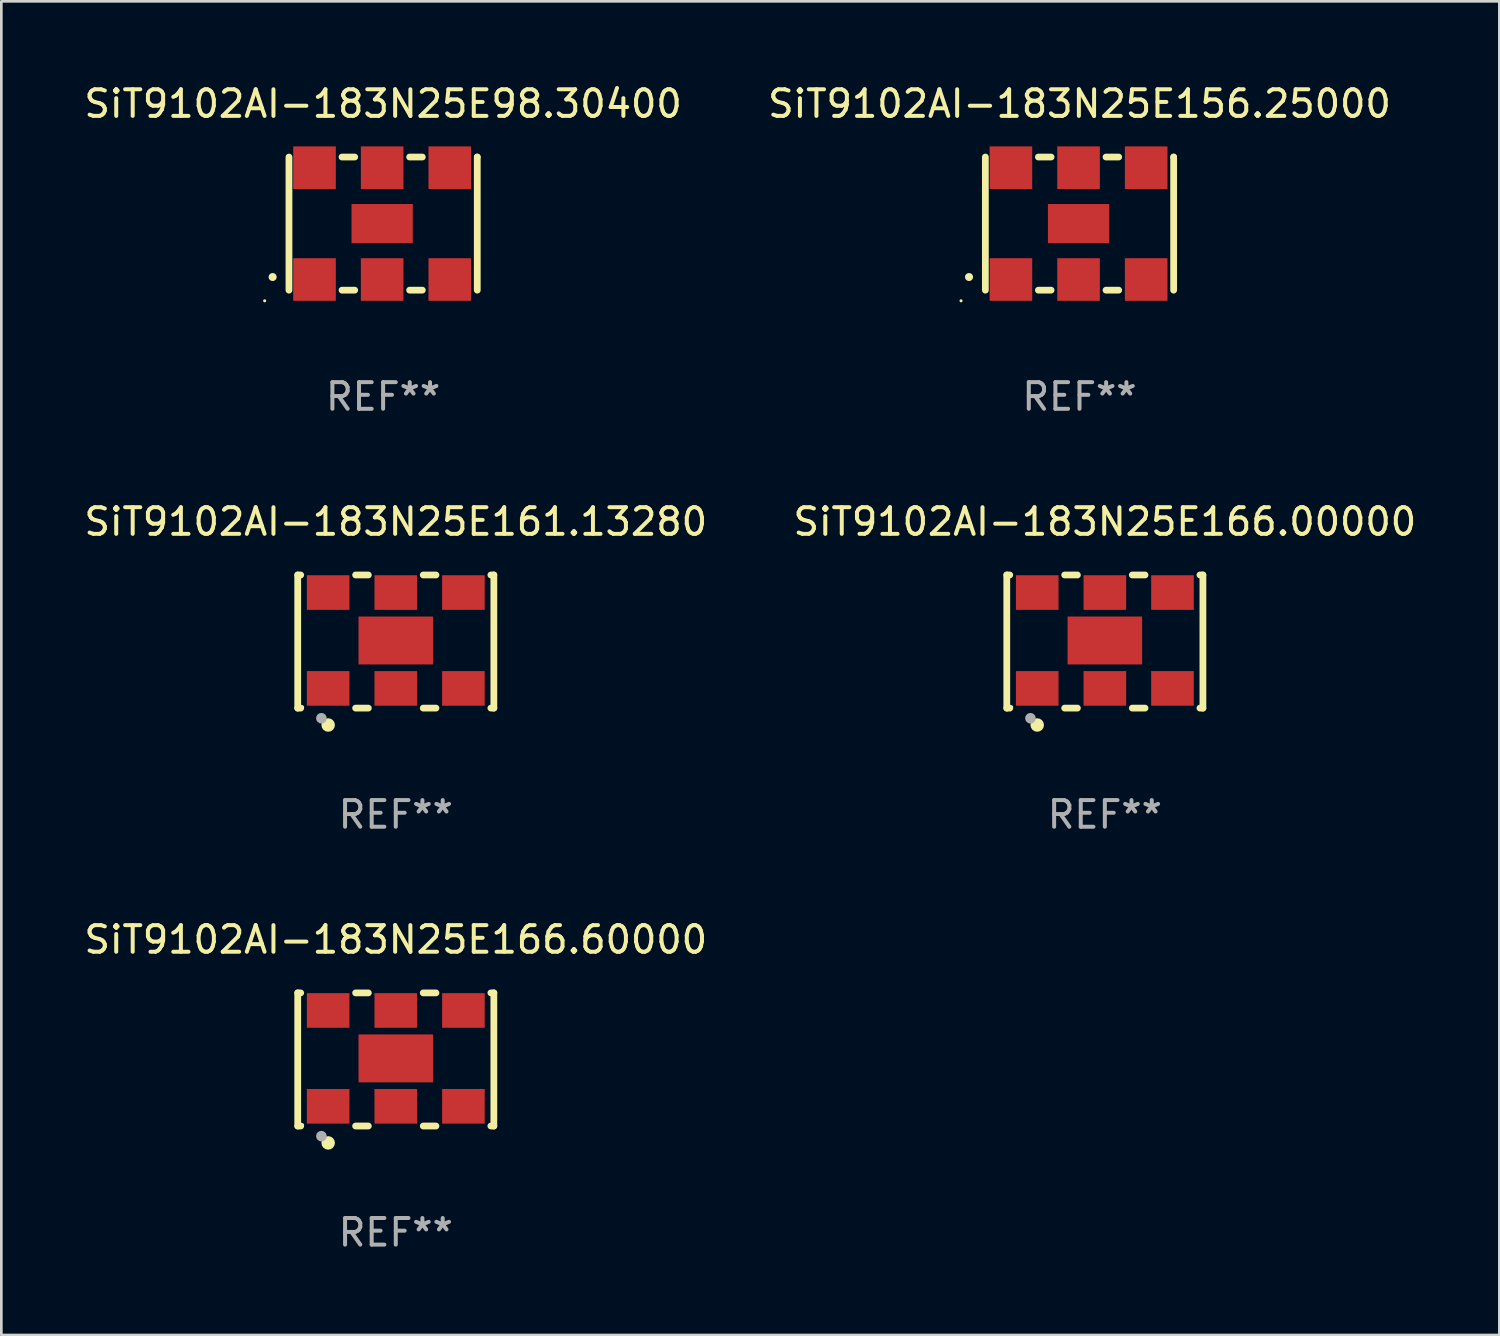
<source format=kicad_pcb>
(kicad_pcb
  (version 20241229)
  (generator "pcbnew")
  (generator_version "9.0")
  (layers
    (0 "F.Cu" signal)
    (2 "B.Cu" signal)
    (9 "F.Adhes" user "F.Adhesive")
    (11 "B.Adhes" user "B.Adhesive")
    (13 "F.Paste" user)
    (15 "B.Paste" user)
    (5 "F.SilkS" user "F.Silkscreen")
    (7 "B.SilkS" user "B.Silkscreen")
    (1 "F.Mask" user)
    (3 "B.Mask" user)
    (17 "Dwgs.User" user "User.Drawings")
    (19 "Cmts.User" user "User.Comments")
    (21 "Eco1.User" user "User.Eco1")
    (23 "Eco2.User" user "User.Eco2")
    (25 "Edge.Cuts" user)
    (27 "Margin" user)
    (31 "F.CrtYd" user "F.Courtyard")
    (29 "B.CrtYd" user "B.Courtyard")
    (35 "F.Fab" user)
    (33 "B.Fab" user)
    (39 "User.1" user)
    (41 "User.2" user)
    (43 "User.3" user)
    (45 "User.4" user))
  (footprint "SiT9102AI-183N25E156.25000"
    (layer "F.Cu")
    (at 37.494 5.348)
    (property "Reference" "SiT9102AI-183N25E156.25000" (at 0 -4.5 0) (layer "F.SilkS") (effects (font (size 1 1) (thickness 0.15))))
    (attr through_hole)
    (fp_line (start -3.536 -2.5) (end -3.536 2.5) (stroke (width 0.254) (type solid)) (layer "F.SilkS"))
    (fp_line (start -1.544 2.5) (end -1.067 2.5) (stroke (width 0.254) (type solid)) (layer "F.SilkS"))
    (fp_line (start -1.067 -2.5) (end -1.544 -2.5) (stroke (width 0.254) (type solid)) (layer "F.SilkS"))
    (fp_line (start 0.996 2.5) (end 1.473 2.5) (stroke (width 0.254) (type solid)) (layer "F.SilkS"))
    (fp_line (start 1.473 -2.5) (end 0.996 -2.5) (stroke (width 0.254) (type solid)) (layer "F.SilkS"))
    (fp_line (start 3.536 -2.5) (end 3.536 -2.5) (stroke (width 0.254) (type solid)) (layer "F.SilkS"))
    (fp_line (start 3.536 2.5) (end 3.536 -2.5) (stroke (width 0.254) (type solid)) (layer "F.SilkS"))
    (fp_arc (start -4.150432 2.006604) (mid -4.149162 2.006599) (end -4.147892 2.006604) (stroke (width 0.3) (type solid)) (layer "F.SilkS"))
    (fp_circle (center -4.449 2.9) (end -4.419 2.9) (stroke (width 0.06) (type solid)) (fill no) (layer "F.SilkS"))
    (fp_text user "REF**" (at 0 6.5 0) (layer "F.Fab") (effects (font (size 1 1) (thickness 0.15))))
    (pad "1" smd rect (at -2.576 2.1) (size 1.6 1.6) (layers "F.Cu" "F.Mask" "F.Paste"))
    (pad "2" smd rect (at -0.036 2.1) (size 1.6 1.6) (layers "F.Cu" "F.Mask" "F.Paste"))
    (pad "3" smd rect (at 2.504 2.1) (size 1.6 1.6) (layers "F.Cu" "F.Mask" "F.Paste"))
    (pad "4" smd rect (at 2.504 -2.1) (size 1.6 1.6) (layers "F.Cu" "F.Mask" "F.Paste"))
    (pad "5" smd rect (at -0.036 -2.1) (size 1.6 1.6) (layers "F.Cu" "F.Mask" "F.Paste"))
    (pad "6" smd rect (at -2.576 -2.1) (size 1.6 1.6) (layers "F.Cu" "F.Mask" "F.Paste"))
    (pad "7" smd rect (at -0.036 0) (size 2.3 1.47) (layers "F.Cu" "F.Mask" "F.Paste")))
  (footprint "SiT9102AI-183N25E166.00000"
    (layer "F.Cu")
    (at 38.446 21.045)
    (property "Reference" "SiT9102AI-183N25E166.00000" (at 0 -4.5 0) (layer "F.SilkS") (effects (font (size 1 1) (thickness 0.15))))
    (attr through_hole)
    (fp_line (start -3.683 -2.5) (end -3.571 -2.5) (stroke (width 0.254) (type solid)) (layer "F.SilkS"))
    (fp_line (start -3.683 2.5) (end -3.683 -2.5) (stroke (width 0.254) (type solid)) (layer "F.SilkS"))
    (fp_line (start -3.683 2.5) (end -3.571 2.5) (stroke (width 0.254) (type solid)) (layer "F.SilkS"))
    (fp_line (start -1.509 -2.5) (end -1.031 -2.5) (stroke (width 0.254) (type solid)) (layer "F.SilkS"))
    (fp_line (start -1.509 2.5) (end -1.031 2.5) (stroke (width 0.254) (type solid)) (layer "F.SilkS"))
    (fp_line (start 1.031 -2.5) (end 1.509 -2.5) (stroke (width 0.254) (type solid)) (layer "F.SilkS"))
    (fp_line (start 1.031 2.5) (end 1.509 2.5) (stroke (width 0.254) (type solid)) (layer "F.SilkS"))
    (fp_line (start 3.571 -2.5) (end 3.683 -2.5) (stroke (width 0.254) (type solid)) (layer "F.SilkS"))
    (fp_line (start 3.571 2.5) (end 3.683 2.5) (stroke (width 0.254) (type solid)) (layer "F.SilkS"))
    (fp_line (start 3.683 2.5) (end 3.683 -2.5) (stroke (width 0.254) (type solid)) (layer "F.SilkS"))
    (fp_circle (center -3.5 2.46) (end -3.47 2.46) (stroke (width 0.06) (type solid)) (fill no) (layer "F.SilkS"))
    (fp_circle (center -2.54 3.135) (end -2.413 3.135) (stroke (width 0.254) (type solid)) (fill no) (layer "F.SilkS"))
    (fp_circle (center -2.794 2.881) (end -2.694 2.881) (stroke (width 0.2) (type solid)) (fill no) (layer "F.Fab"))
    (fp_text user "REF**" (at 0 6.5 0) (layer "F.Fab") (effects (font (size 1 1) (thickness 0.15))))
    (pad "1" smd rect (at -2.54 1.76) (size 1.6 1.3) (layers "F.Cu" "F.Mask" "F.Paste"))
    (pad "2" smd rect (at 0 1.76) (size 1.6 1.3) (layers "F.Cu" "F.Mask" "F.Paste"))
    (pad "3" smd rect (at 2.54 1.76) (size 1.6 1.3) (layers "F.Cu" "F.Mask" "F.Paste"))
    (pad "4" smd rect (at 2.54 -1.84) (size 1.6 1.3) (layers "F.Cu" "F.Mask" "F.Paste"))
    (pad "5" smd rect (at 0 -1.84) (size 1.6 1.3) (layers "F.Cu" "F.Mask" "F.Paste"))
    (pad "6" smd rect (at -2.54 -1.84) (size 1.6 1.3) (layers "F.Cu" "F.Mask" "F.Paste"))
    (pad "7" smd rect (at 0 -0.04) (size 2.8 1.8) (layers "F.Cu" "F.Mask" "F.Paste")))
  (footprint "SiT9102AI-183N25E166.60000"
    (layer "F.Cu")
    (at 11.815 36.741)
    (property "Reference" "SiT9102AI-183N25E166.60000" (at 0 -4.5 0) (layer "F.SilkS") (effects (font (size 1 1) (thickness 0.15))))
    (attr through_hole)
    (fp_line (start -3.683 -2.5) (end -3.571 -2.5) (stroke (width 0.254) (type solid)) (layer "F.SilkS"))
    (fp_line (start -3.683 2.5) (end -3.683 -2.5) (stroke (width 0.254) (type solid)) (layer "F.SilkS"))
    (fp_line (start -3.683 2.5) (end -3.571 2.5) (stroke (width 0.254) (type solid)) (layer "F.SilkS"))
    (fp_line (start -1.509 -2.5) (end -1.031 -2.5) (stroke (width 0.254) (type solid)) (layer "F.SilkS"))
    (fp_line (start -1.509 2.5) (end -1.031 2.5) (stroke (width 0.254) (type solid)) (layer "F.SilkS"))
    (fp_line (start 1.031 -2.5) (end 1.509 -2.5) (stroke (width 0.254) (type solid)) (layer "F.SilkS"))
    (fp_line (start 1.031 2.5) (end 1.509 2.5) (stroke (width 0.254) (type solid)) (layer "F.SilkS"))
    (fp_line (start 3.571 -2.5) (end 3.683 -2.5) (stroke (width 0.254) (type solid)) (layer "F.SilkS"))
    (fp_line (start 3.571 2.5) (end 3.683 2.5) (stroke (width 0.254) (type solid)) (layer "F.SilkS"))
    (fp_line (start 3.683 2.5) (end 3.683 -2.5) (stroke (width 0.254) (type solid)) (layer "F.SilkS"))
    (fp_circle (center -3.5 2.46) (end -3.47 2.46) (stroke (width 0.06) (type solid)) (fill no) (layer "F.SilkS"))
    (fp_circle (center -2.54 3.135) (end -2.413 3.135) (stroke (width 0.254) (type solid)) (fill no) (layer "F.SilkS"))
    (fp_circle (center -2.794 2.881) (end -2.694 2.881) (stroke (width 0.2) (type solid)) (fill no) (layer "F.Fab"))
    (fp_text user "REF**" (at 0 6.5 0) (layer "F.Fab") (effects (font (size 1 1) (thickness 0.15))))
    (pad "1" smd rect (at -2.54 1.76) (size 1.6 1.3) (layers "F.Cu" "F.Mask" "F.Paste"))
    (pad "2" smd rect (at 0 1.76) (size 1.6 1.3) (layers "F.Cu" "F.Mask" "F.Paste"))
    (pad "3" smd rect (at 2.54 1.76) (size 1.6 1.3) (layers "F.Cu" "F.Mask" "F.Paste"))
    (pad "4" smd rect (at 2.54 -1.84) (size 1.6 1.3) (layers "F.Cu" "F.Mask" "F.Paste"))
    (pad "5" smd rect (at 0 -1.84) (size 1.6 1.3) (layers "F.Cu" "F.Mask" "F.Paste"))
    (pad "6" smd rect (at -2.54 -1.84) (size 1.6 1.3) (layers "F.Cu" "F.Mask" "F.Paste"))
    (pad "7" smd rect (at 0 -0.04) (size 2.8 1.8) (layers "F.Cu" "F.Mask" "F.Paste")))
  (footprint "SiT9102AI-183N25E161.13280"
    (layer "F.Cu")
    (at 11.815 21.045)
    (property "Reference" "SiT9102AI-183N25E161.13280" (at 0 -4.5 0) (layer "F.SilkS") (effects (font (size 1 1) (thickness 0.15))))
    (attr through_hole)
    (fp_line (start -3.683 -2.5) (end -3.571 -2.5) (stroke (width 0.254) (type solid)) (layer "F.SilkS"))
    (fp_line (start -3.683 2.5) (end -3.683 -2.5) (stroke (width 0.254) (type solid)) (layer "F.SilkS"))
    (fp_line (start -3.683 2.5) (end -3.571 2.5) (stroke (width 0.254) (type solid)) (layer "F.SilkS"))
    (fp_line (start -1.509 -2.5) (end -1.031 -2.5) (stroke (width 0.254) (type solid)) (layer "F.SilkS"))
    (fp_line (start -1.509 2.5) (end -1.031 2.5) (stroke (width 0.254) (type solid)) (layer "F.SilkS"))
    (fp_line (start 1.031 -2.5) (end 1.509 -2.5) (stroke (width 0.254) (type solid)) (layer "F.SilkS"))
    (fp_line (start 1.031 2.5) (end 1.509 2.5) (stroke (width 0.254) (type solid)) (layer "F.SilkS"))
    (fp_line (start 3.571 -2.5) (end 3.683 -2.5) (stroke (width 0.254) (type solid)) (layer "F.SilkS"))
    (fp_line (start 3.571 2.5) (end 3.683 2.5) (stroke (width 0.254) (type solid)) (layer "F.SilkS"))
    (fp_line (start 3.683 2.5) (end 3.683 -2.5) (stroke (width 0.254) (type solid)) (layer "F.SilkS"))
    (fp_circle (center -3.5 2.46) (end -3.47 2.46) (stroke (width 0.06) (type solid)) (fill no) (layer "F.SilkS"))
    (fp_circle (center -2.54 3.135) (end -2.413 3.135) (stroke (width 0.254) (type solid)) (fill no) (layer "F.SilkS"))
    (fp_circle (center -2.794 2.881) (end -2.694 2.881) (stroke (width 0.2) (type solid)) (fill no) (layer "F.Fab"))
    (fp_text user "REF**" (at 0 6.5 0) (layer "F.Fab") (effects (font (size 1 1) (thickness 0.15))))
    (pad "1" smd rect (at -2.54 1.76) (size 1.6 1.3) (layers "F.Cu" "F.Mask" "F.Paste"))
    (pad "2" smd rect (at 0 1.76) (size 1.6 1.3) (layers "F.Cu" "F.Mask" "F.Paste"))
    (pad "3" smd rect (at 2.54 1.76) (size 1.6 1.3) (layers "F.Cu" "F.Mask" "F.Paste"))
    (pad "4" smd rect (at 2.54 -1.84) (size 1.6 1.3) (layers "F.Cu" "F.Mask" "F.Paste"))
    (pad "5" smd rect (at 0 -1.84) (size 1.6 1.3) (layers "F.Cu" "F.Mask" "F.Paste"))
    (pad "6" smd rect (at -2.54 -1.84) (size 1.6 1.3) (layers "F.Cu" "F.Mask" "F.Paste"))
    (pad "7" smd rect (at 0 -0.04) (size 2.8 1.8) (layers "F.Cu" "F.Mask" "F.Paste")))
  (footprint "SiT9102AI-183N25E98.30400"
    (layer "F.Cu")
    (at 11.339 5.348)
    (property "Reference" "SiT9102AI-183N25E98.30400" (at 0 -4.5 0) (layer "F.SilkS") (effects (font (size 1 1) (thickness 0.15))))
    (attr through_hole)
    (fp_line (start -3.536 -2.5) (end -3.536 2.5) (stroke (width 0.254) (type solid)) (layer "F.SilkS"))
    (fp_line (start -1.544 2.5) (end -1.067 2.5) (stroke (width 0.254) (type solid)) (layer "F.SilkS"))
    (fp_line (start -1.067 -2.5) (end -1.544 -2.5) (stroke (width 0.254) (type solid)) (layer "F.SilkS"))
    (fp_line (start 0.996 2.5) (end 1.473 2.5) (stroke (width 0.254) (type solid)) (layer "F.SilkS"))
    (fp_line (start 1.473 -2.5) (end 0.996 -2.5) (stroke (width 0.254) (type solid)) (layer "F.SilkS"))
    (fp_line (start 3.536 -2.5) (end 3.536 -2.5) (stroke (width 0.254) (type solid)) (layer "F.SilkS"))
    (fp_line (start 3.536 2.5) (end 3.536 -2.5) (stroke (width 0.254) (type solid)) (layer "F.SilkS"))
    (fp_arc (start -4.150432 2.006604) (mid -4.149162 2.006599) (end -4.147892 2.006604) (stroke (width 0.3) (type solid)) (layer "F.SilkS"))
    (fp_circle (center -4.449 2.9) (end -4.419 2.9) (stroke (width 0.06) (type solid)) (fill no) (layer "F.SilkS"))
    (fp_text user "REF**" (at 0 6.5 0) (layer "F.Fab") (effects (font (size 1 1) (thickness 0.15))))
    (pad "1" smd rect (at -2.576 2.1) (size 1.6 1.6) (layers "F.Cu" "F.Mask" "F.Paste"))
    (pad "2" smd rect (at -0.036 2.1) (size 1.6 1.6) (layers "F.Cu" "F.Mask" "F.Paste"))
    (pad "3" smd rect (at 2.504 2.1) (size 1.6 1.6) (layers "F.Cu" "F.Mask" "F.Paste"))
    (pad "4" smd rect (at 2.504 -2.1) (size 1.6 1.6) (layers "F.Cu" "F.Mask" "F.Paste"))
    (pad "5" smd rect (at -0.036 -2.1) (size 1.6 1.6) (layers "F.Cu" "F.Mask" "F.Paste"))
    (pad "6" smd rect (at -2.576 -2.1) (size 1.6 1.6) (layers "F.Cu" "F.Mask" "F.Paste"))
    (pad "7" smd rect (at -0.036 0) (size 2.3 1.47) (layers "F.Cu" "F.Mask" "F.Paste")))
  (gr_rect
    (start -3 -3)
    (end 53.262 47.09)
    (stroke (width 0.1) (type default))
    (fill no)
    (layer "Edge.Cuts")))
</source>
